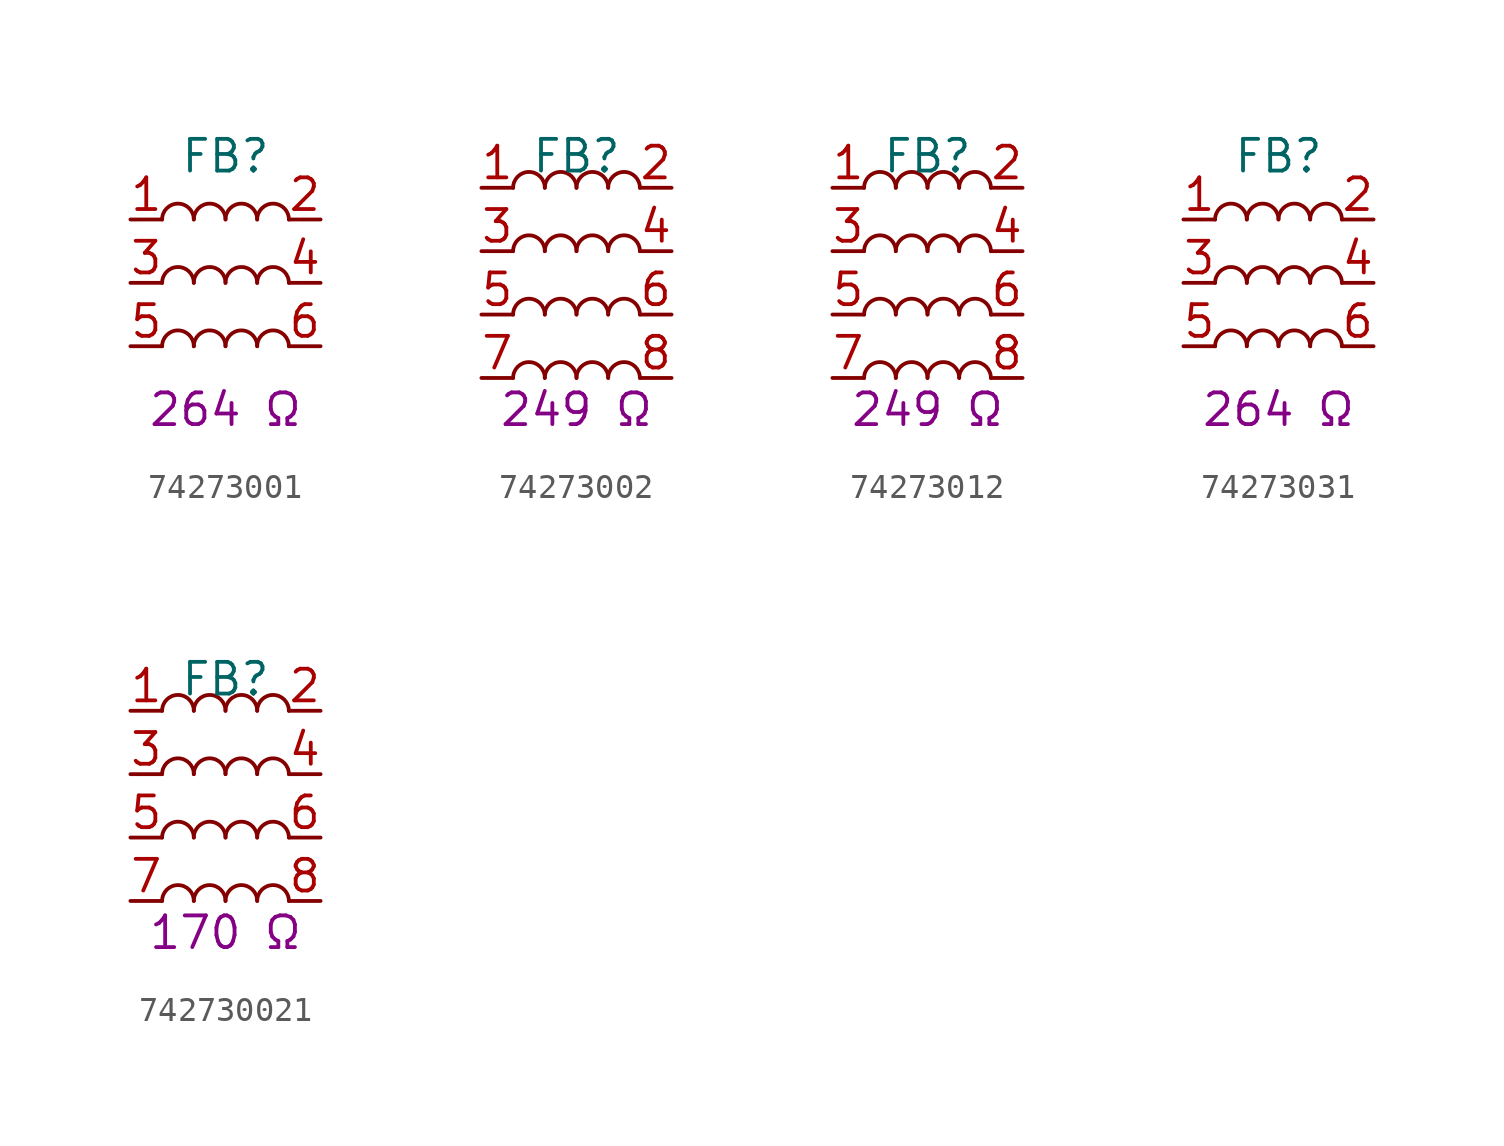
<source format=kicad_sym>
(kicad_symbol_lib
  (version 20220914)
  (generator kicad_symbol_editor)
  (symbol "74273001"
    (pin_names hide)
    (property "Reference" "FB"
      (at 0 5.08 0)
      (effects (font (size 1.27 1.27))))
    (property "Critical Parameter" "264 Ω"
      (at 0 -5.08 0)
      (effects (font (size 1.27 1.27))))
    (symbol "74273001_0_1"
      (arc (start -1.27 -2.54) (mid -1.905 -1.9077) (end -2.54 -2.54) (stroke (width 0) (type default)) (fill (type none)))
      (arc (start -1.27 0) (mid -1.905 0.6323) (end -2.54 0) (stroke (width 0) (type default)) (fill (type none)))
      (arc (start -1.27 2.54) (mid -1.905 3.1723) (end -2.54 2.54) (stroke (width 0) (type default)) (fill (type none)))
      (arc (start 0 -2.54) (mid -0.635 -1.9077) (end -1.27 -2.54) (stroke (width 0) (type default)) (fill (type none)))
      (arc (start 0 0) (mid -0.635 0.6323) (end -1.27 0) (stroke (width 0) (type default)) (fill (type none)))
      (arc (start 0 2.54) (mid -0.635 3.1723) (end -1.27 2.54) (stroke (width 0) (type default)) (fill (type none)))
      (arc (start 1.27 -2.54) (mid 0.635 -1.9077) (end 0 -2.54) (stroke (width 0) (type default)) (fill (type none)))
      (arc (start 1.27 0) (mid 0.635 0.6323) (end 0 0) (stroke (width 0) (type default)) (fill (type none)))
      (arc (start 1.27 2.54) (mid 0.635 3.1723) (end 0 2.54) (stroke (width 0) (type default)) (fill (type none)))
      (arc (start 2.54 -2.54) (mid 1.905 -1.9077) (end 1.27 -2.54) (stroke (width 0) (type default)) (fill (type none)))
      (arc (start 2.54 0) (mid 1.905 0.6323) (end 1.27 0) (stroke (width 0) (type default)) (fill (type none)))
      (arc (start 2.54 2.54) (mid 1.905 3.1723) (end 1.27 2.54) (stroke (width 0) (type default)) (fill (type none))))
    (symbol "74273001_1_1"
      (pin passive line (at -3.81 2.54 0) (length 1.27) (name "1" (effects (font (size 1.27 1.27)))) (number "1" (effects (font (size 1.27 1.27)))))
      (pin passive line (at 3.81 2.54 180) (length 1.27) (name "2" (effects (font (size 1.27 1.27)))) (number "2" (effects (font (size 1.27 1.27)))))
      (pin passive line (at -3.81 0 0) (length 1.27) (name "3" (effects (font (size 1.27 1.27)))) (number "3" (effects (font (size 1.27 1.27)))))
      (pin passive line (at 3.81 0 180) (length 1.27) (name "4" (effects (font (size 1.27 1.27)))) (number "4" (effects (font (size 1.27 1.27)))))
      (pin passive line (at -3.81 -2.54 0) (length 1.27) (name "5" (effects (font (size 1.27 1.27)))) (number "5" (effects (font (size 1.27 1.27)))))
      (pin passive line (at 3.81 -2.54 180) (length 1.27) (name "6" (effects (font (size 1.27 1.27)))) (number "6" (effects (font (size 1.27 1.27)))))))
  (symbol "74273002"
    (pin_names hide)
    (property "Reference" "FB"
      (at 0 5.08 0)
      (effects (font (size 1.27 1.27))))
    (property "Critical Parameter" "249 Ω"
      (at 0 -5.08 0)
      (effects (font (size 1.27 1.27))))
    (symbol "74273002_0_1"
      (arc (start -1.27 -3.81) (mid -1.905 -3.1777) (end -2.54 -3.81) (stroke (width 0) (type default)) (fill (type none)))
      (arc (start -1.27 -1.27) (mid -1.905 -0.6377) (end -2.54 -1.27) (stroke (width 0) (type default)) (fill (type none)))
      (arc (start -1.27 1.27) (mid -1.905 1.9023) (end -2.54 1.27) (stroke (width 0) (type default)) (fill (type none)))
      (arc (start -1.27 3.81) (mid -1.905 4.4423) (end -2.54 3.81) (stroke (width 0) (type default)) (fill (type none)))
      (arc (start 0 -3.81) (mid -0.635 -3.1777) (end -1.27 -3.81) (stroke (width 0) (type default)) (fill (type none)))
      (arc (start 0 -1.27) (mid -0.635 -0.6377) (end -1.27 -1.27) (stroke (width 0) (type default)) (fill (type none)))
      (arc (start 0 1.27) (mid -0.635 1.9023) (end -1.27 1.27) (stroke (width 0) (type default)) (fill (type none)))
      (arc (start 0 3.81) (mid -0.635 4.4423) (end -1.27 3.81) (stroke (width 0) (type default)) (fill (type none)))
      (arc (start 1.27 -3.81) (mid 0.635 -3.1777) (end 0 -3.81) (stroke (width 0) (type default)) (fill (type none)))
      (arc (start 1.27 -1.27) (mid 0.635 -0.6377) (end 0 -1.27) (stroke (width 0) (type default)) (fill (type none)))
      (arc (start 1.27 1.27) (mid 0.635 1.9023) (end 0 1.27) (stroke (width 0) (type default)) (fill (type none)))
      (arc (start 1.27 3.81) (mid 0.635 4.4423) (end 0 3.81) (stroke (width 0) (type default)) (fill (type none)))
      (arc (start 2.54 -3.81) (mid 1.905 -3.1777) (end 1.27 -3.81) (stroke (width 0) (type default)) (fill (type none)))
      (arc (start 2.54 -1.27) (mid 1.905 -0.6377) (end 1.27 -1.27) (stroke (width 0) (type default)) (fill (type none)))
      (arc (start 2.54 1.27) (mid 1.905 1.9023) (end 1.27 1.27) (stroke (width 0) (type default)) (fill (type none)))
      (arc (start 2.54 3.81) (mid 1.905 4.4423) (end 1.27 3.81) (stroke (width 0) (type default)) (fill (type none))))
    (symbol "74273002_1_1"
      (pin passive line (at -3.81 3.81 0) (length 1.27) (name "1" (effects (font (size 1.27 1.27)))) (number "1" (effects (font (size 1.27 1.27)))))
      (pin passive line (at 3.81 3.81 180) (length 1.27) (name "2" (effects (font (size 1.27 1.27)))) (number "2" (effects (font (size 1.27 1.27)))))
      (pin passive line (at -3.81 1.27 0) (length 1.27) (name "3" (effects (font (size 1.27 1.27)))) (number "3" (effects (font (size 1.27 1.27)))))
      (pin passive line (at 3.81 1.27 180) (length 1.27) (name "4" (effects (font (size 1.27 1.27)))) (number "4" (effects (font (size 1.27 1.27)))))
      (pin passive line (at -3.81 -1.27 0) (length 1.27) (name "5" (effects (font (size 1.27 1.27)))) (number "5" (effects (font (size 1.27 1.27)))))
      (pin passive line (at 3.81 -1.27 180) (length 1.27) (name "6" (effects (font (size 1.27 1.27)))) (number "6" (effects (font (size 1.27 1.27)))))
      (pin passive line (at -3.81 -3.81 0) (length 1.27) (name "7" (effects (font (size 1.27 1.27)))) (number "7" (effects (font (size 1.27 1.27)))))
      (pin passive line (at 3.81 -3.81 180) (length 1.27) (name "8" (effects (font (size 1.27 1.27)))) (number "8" (effects (font (size 1.27 1.27)))))))
  (symbol "74273012"
    (pin_names hide)
    (property "Reference" "FB"
      (at 0 5.08 0)
      (effects (font (size 1.27 1.27))))
    (property "Critical Parameter" "249 Ω"
      (at 0 -5.08 0)
      (effects (font (size 1.27 1.27))))
    (symbol "74273012_0_1"
      (arc (start -1.27 -3.81) (mid -1.905 -3.1777) (end -2.54 -3.81) (stroke (width 0) (type default)) (fill (type none)))
      (arc (start -1.27 -1.27) (mid -1.905 -0.6377) (end -2.54 -1.27) (stroke (width 0) (type default)) (fill (type none)))
      (arc (start -1.27 1.27) (mid -1.905 1.9023) (end -2.54 1.27) (stroke (width 0) (type default)) (fill (type none)))
      (arc (start -1.27 3.81) (mid -1.905 4.4423) (end -2.54 3.81) (stroke (width 0) (type default)) (fill (type none)))
      (arc (start 0 -3.81) (mid -0.635 -3.1777) (end -1.27 -3.81) (stroke (width 0) (type default)) (fill (type none)))
      (arc (start 0 -1.27) (mid -0.635 -0.6377) (end -1.27 -1.27) (stroke (width 0) (type default)) (fill (type none)))
      (arc (start 0 1.27) (mid -0.635 1.9023) (end -1.27 1.27) (stroke (width 0) (type default)) (fill (type none)))
      (arc (start 0 3.81) (mid -0.635 4.4423) (end -1.27 3.81) (stroke (width 0) (type default)) (fill (type none)))
      (arc (start 1.27 -3.81) (mid 0.635 -3.1777) (end 0 -3.81) (stroke (width 0) (type default)) (fill (type none)))
      (arc (start 1.27 -1.27) (mid 0.635 -0.6377) (end 0 -1.27) (stroke (width 0) (type default)) (fill (type none)))
      (arc (start 1.27 1.27) (mid 0.635 1.9023) (end 0 1.27) (stroke (width 0) (type default)) (fill (type none)))
      (arc (start 1.27 3.81) (mid 0.635 4.4423) (end 0 3.81) (stroke (width 0) (type default)) (fill (type none)))
      (arc (start 2.54 -3.81) (mid 1.905 -3.1777) (end 1.27 -3.81) (stroke (width 0) (type default)) (fill (type none)))
      (arc (start 2.54 -1.27) (mid 1.905 -0.6377) (end 1.27 -1.27) (stroke (width 0) (type default)) (fill (type none)))
      (arc (start 2.54 1.27) (mid 1.905 1.9023) (end 1.27 1.27) (stroke (width 0) (type default)) (fill (type none)))
      (arc (start 2.54 3.81) (mid 1.905 4.4423) (end 1.27 3.81) (stroke (width 0) (type default)) (fill (type none))))
    (symbol "74273012_1_1"
      (pin passive line (at -3.81 3.81 0) (length 1.27) (name "1" (effects (font (size 1.27 1.27)))) (number "1" (effects (font (size 1.27 1.27)))))
      (pin passive line (at 3.81 3.81 180) (length 1.27) (name "2" (effects (font (size 1.27 1.27)))) (number "2" (effects (font (size 1.27 1.27)))))
      (pin passive line (at -3.81 1.27 0) (length 1.27) (name "3" (effects (font (size 1.27 1.27)))) (number "3" (effects (font (size 1.27 1.27)))))
      (pin passive line (at 3.81 1.27 180) (length 1.27) (name "4" (effects (font (size 1.27 1.27)))) (number "4" (effects (font (size 1.27 1.27)))))
      (pin passive line (at -3.81 -1.27 0) (length 1.27) (name "5" (effects (font (size 1.27 1.27)))) (number "5" (effects (font (size 1.27 1.27)))))
      (pin passive line (at 3.81 -1.27 180) (length 1.27) (name "6" (effects (font (size 1.27 1.27)))) (number "6" (effects (font (size 1.27 1.27)))))
      (pin passive line (at -3.81 -3.81 0) (length 1.27) (name "7" (effects (font (size 1.27 1.27)))) (number "7" (effects (font (size 1.27 1.27)))))
      (pin passive line (at 3.81 -3.81 180) (length 1.27) (name "8" (effects (font (size 1.27 1.27)))) (number "8" (effects (font (size 1.27 1.27)))))))
  (symbol "74273031"
    (pin_names hide)
    (property "Reference" "FB"
      (at 0 5.08 0)
      (effects (font (size 1.27 1.27))))
    (property "Critical Parameter" "264 Ω"
      (at 0 -5.08 0)
      (effects (font (size 1.27 1.27))))
    (symbol "74273031_0_1"
      (arc (start -1.27 -2.54) (mid -1.905 -1.9077) (end -2.54 -2.54) (stroke (width 0) (type default)) (fill (type none)))
      (arc (start -1.27 0) (mid -1.905 0.6323) (end -2.54 0) (stroke (width 0) (type default)) (fill (type none)))
      (arc (start -1.27 2.54) (mid -1.905 3.1723) (end -2.54 2.54) (stroke (width 0) (type default)) (fill (type none)))
      (arc (start 0 -2.54) (mid -0.635 -1.9077) (end -1.27 -2.54) (stroke (width 0) (type default)) (fill (type none)))
      (arc (start 0 0) (mid -0.635 0.6323) (end -1.27 0) (stroke (width 0) (type default)) (fill (type none)))
      (arc (start 0 2.54) (mid -0.635 3.1723) (end -1.27 2.54) (stroke (width 0) (type default)) (fill (type none)))
      (arc (start 1.27 -2.54) (mid 0.635 -1.9077) (end 0 -2.54) (stroke (width 0) (type default)) (fill (type none)))
      (arc (start 1.27 0) (mid 0.635 0.6323) (end 0 0) (stroke (width 0) (type default)) (fill (type none)))
      (arc (start 1.27 2.54) (mid 0.635 3.1723) (end 0 2.54) (stroke (width 0) (type default)) (fill (type none)))
      (arc (start 2.54 -2.54) (mid 1.905 -1.9077) (end 1.27 -2.54) (stroke (width 0) (type default)) (fill (type none)))
      (arc (start 2.54 0) (mid 1.905 0.6323) (end 1.27 0) (stroke (width 0) (type default)) (fill (type none)))
      (arc (start 2.54 2.54) (mid 1.905 3.1723) (end 1.27 2.54) (stroke (width 0) (type default)) (fill (type none))))
    (symbol "74273031_1_1"
      (pin passive line (at -3.81 2.54 0) (length 1.27) (name "1" (effects (font (size 1.27 1.27)))) (number "1" (effects (font (size 1.27 1.27)))))
      (pin passive line (at 3.81 2.54 180) (length 1.27) (name "2" (effects (font (size 1.27 1.27)))) (number "2" (effects (font (size 1.27 1.27)))))
      (pin passive line (at -3.81 0 0) (length 1.27) (name "3" (effects (font (size 1.27 1.27)))) (number "3" (effects (font (size 1.27 1.27)))))
      (pin passive line (at 3.81 0 180) (length 1.27) (name "4" (effects (font (size 1.27 1.27)))) (number "4" (effects (font (size 1.27 1.27)))))
      (pin passive line (at -3.81 -2.54 0) (length 1.27) (name "5" (effects (font (size 1.27 1.27)))) (number "5" (effects (font (size 1.27 1.27)))))
      (pin passive line (at 3.81 -2.54 180) (length 1.27) (name "6" (effects (font (size 1.27 1.27)))) (number "6" (effects (font (size 1.27 1.27)))))))
  (symbol "742730021"
    (pin_names hide)
    (property "Reference" "FB"
      (at 0 5.08 0)
      (effects (font (size 1.27 1.27))))
    (property "Critical Parameter" "170 Ω"
      (at 0 -5.08 0)
      (effects (font (size 1.27 1.27))))
    (symbol "742730021_0_1"
      (arc (start -1.27 -3.81) (mid -1.905 -3.1777) (end -2.54 -3.81) (stroke (width 0) (type default)) (fill (type none)))
      (arc (start -1.27 -1.27) (mid -1.905 -0.6377) (end -2.54 -1.27) (stroke (width 0) (type default)) (fill (type none)))
      (arc (start -1.27 1.27) (mid -1.905 1.9023) (end -2.54 1.27) (stroke (width 0) (type default)) (fill (type none)))
      (arc (start -1.27 3.81) (mid -1.905 4.4423) (end -2.54 3.81) (stroke (width 0) (type default)) (fill (type none)))
      (arc (start 0 -3.81) (mid -0.635 -3.1777) (end -1.27 -3.81) (stroke (width 0) (type default)) (fill (type none)))
      (arc (start 0 -1.27) (mid -0.635 -0.6377) (end -1.27 -1.27) (stroke (width 0) (type default)) (fill (type none)))
      (arc (start 0 1.27) (mid -0.635 1.9023) (end -1.27 1.27) (stroke (width 0) (type default)) (fill (type none)))
      (arc (start 0 3.81) (mid -0.635 4.4423) (end -1.27 3.81) (stroke (width 0) (type default)) (fill (type none)))
      (arc (start 1.27 -3.81) (mid 0.635 -3.1777) (end 0 -3.81) (stroke (width 0) (type default)) (fill (type none)))
      (arc (start 1.27 -1.27) (mid 0.635 -0.6377) (end 0 -1.27) (stroke (width 0) (type default)) (fill (type none)))
      (arc (start 1.27 1.27) (mid 0.635 1.9023) (end 0 1.27) (stroke (width 0) (type default)) (fill (type none)))
      (arc (start 1.27 3.81) (mid 0.635 4.4423) (end 0 3.81) (stroke (width 0) (type default)) (fill (type none)))
      (arc (start 2.54 -3.81) (mid 1.905 -3.1777) (end 1.27 -3.81) (stroke (width 0) (type default)) (fill (type none)))
      (arc (start 2.54 -1.27) (mid 1.905 -0.6377) (end 1.27 -1.27) (stroke (width 0) (type default)) (fill (type none)))
      (arc (start 2.54 1.27) (mid 1.905 1.9023) (end 1.27 1.27) (stroke (width 0) (type default)) (fill (type none)))
      (arc (start 2.54 3.81) (mid 1.905 4.4423) (end 1.27 3.81) (stroke (width 0) (type default)) (fill (type none))))
    (symbol "742730021_1_1"
      (pin passive line (at -3.81 3.81 0) (length 1.27) (name "1" (effects (font (size 1.27 1.27)))) (number "1" (effects (font (size 1.27 1.27)))))
      (pin passive line (at 3.81 3.81 180) (length 1.27) (name "2" (effects (font (size 1.27 1.27)))) (number "2" (effects (font (size 1.27 1.27)))))
      (pin passive line (at -3.81 1.27 0) (length 1.27) (name "3" (effects (font (size 1.27 1.27)))) (number "3" (effects (font (size 1.27 1.27)))))
      (pin passive line (at 3.81 1.27 180) (length 1.27) (name "4" (effects (font (size 1.27 1.27)))) (number "4" (effects (font (size 1.27 1.27)))))
      (pin passive line (at -3.81 -1.27 0) (length 1.27) (name "5" (effects (font (size 1.27 1.27)))) (number "5" (effects (font (size 1.27 1.27)))))
      (pin passive line (at 3.81 -1.27 180) (length 1.27) (name "6" (effects (font (size 1.27 1.27)))) (number "6" (effects (font (size 1.27 1.27)))))
      (pin passive line (at -3.81 -3.81 0) (length 1.27) (name "7" (effects (font (size 1.27 1.27)))) (number "7" (effects (font (size 1.27 1.27)))))
      (pin passive line (at 3.81 -3.81 180) (length 1.27) (name "8" (effects (font (size 1.27 1.27)))) (number "8" (effects (font (size 1.27 1.27))))))))
</source>
